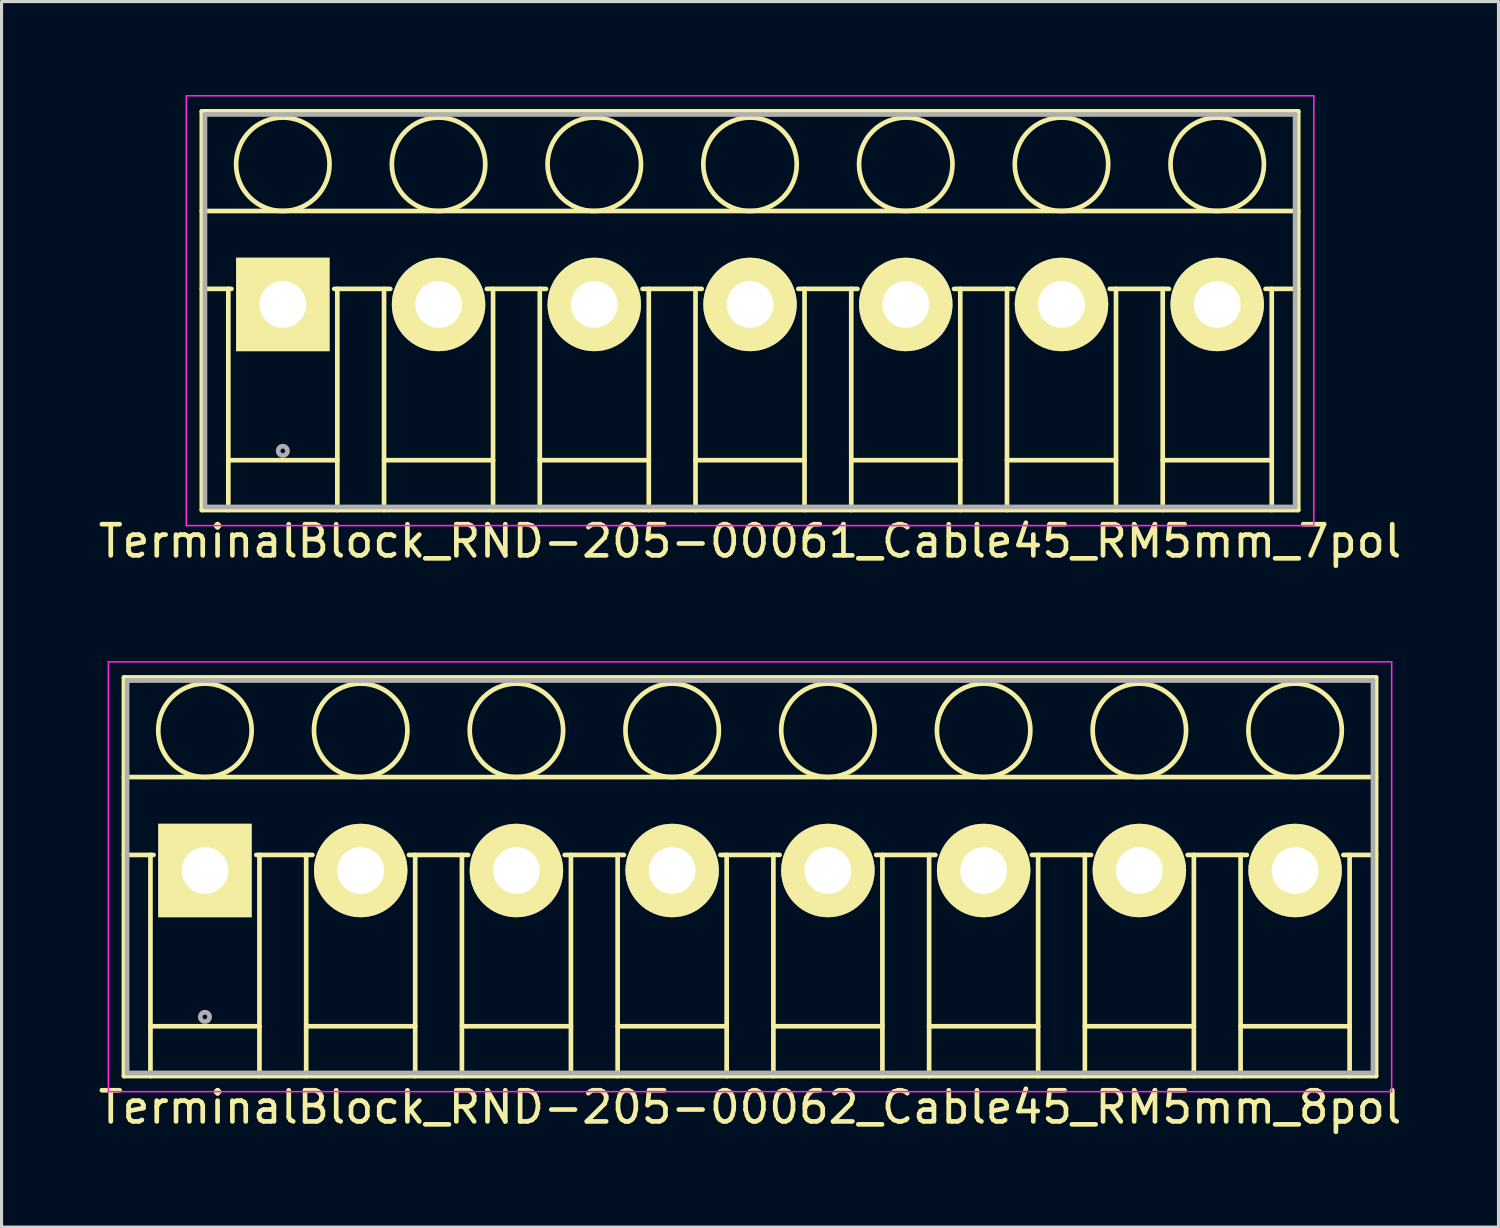
<source format=kicad_pcb>
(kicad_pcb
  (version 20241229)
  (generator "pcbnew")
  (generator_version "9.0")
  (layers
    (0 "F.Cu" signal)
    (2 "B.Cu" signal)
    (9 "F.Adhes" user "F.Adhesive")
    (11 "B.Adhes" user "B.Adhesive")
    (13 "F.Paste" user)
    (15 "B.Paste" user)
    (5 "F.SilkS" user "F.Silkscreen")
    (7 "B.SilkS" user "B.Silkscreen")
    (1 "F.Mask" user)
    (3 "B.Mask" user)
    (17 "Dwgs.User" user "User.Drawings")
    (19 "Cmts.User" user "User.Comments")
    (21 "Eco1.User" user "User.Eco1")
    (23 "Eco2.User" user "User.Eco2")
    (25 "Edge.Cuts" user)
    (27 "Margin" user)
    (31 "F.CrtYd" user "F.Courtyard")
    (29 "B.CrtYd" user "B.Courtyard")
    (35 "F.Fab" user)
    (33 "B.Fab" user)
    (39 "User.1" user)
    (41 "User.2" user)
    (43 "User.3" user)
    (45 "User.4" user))
  (footprint "TerminalBlock_RND-205-00062_Cable45_RM5mm_8pol"
    (layer "F.Cu")
    (at 3.53 24.898)
    (property "Reference" "TerminalBlock_RND-205-00062_Cable45_RM5mm_8pol" (at 17.5 7.6 0) (layer "F.SilkS") (effects (font (size 1 1) (thickness 0.15))))
    (attr through_hole)
    (fp_line (start -2.6 -6.2) (end 37.6 -6.2) (stroke (width 0.15) (type solid)) (layer "F.SilkS"))
    (fp_line (start -2.6 -3) (end 37.6 -3) (stroke (width 0.15) (type solid)) (layer "F.SilkS"))
    (fp_line (start -2.6 -0.5) (end -1.65 -0.5) (stroke (width 0.15) (type solid)) (layer "F.SilkS"))
    (fp_line (start -2.6 6.6) (end -2.6 -6.2) (stroke (width 0.15) (type solid)) (layer "F.SilkS"))
    (fp_line (start -1.75 -0.5) (end -1.75 6.6) (stroke (width 0.15) (type solid)) (layer "F.SilkS"))
    (fp_line (start -1.75 5) (end 1.75 5) (stroke (width 0.15) (type solid)) (layer "F.SilkS"))
    (fp_line (start 1.65 -0.5) (end 3.45 -0.5) (stroke (width 0.15) (type solid)) (layer "F.SilkS"))
    (fp_line (start 1.75 6.6) (end 1.75 -0.5) (stroke (width 0.15) (type solid)) (layer "F.SilkS"))
    (fp_line (start 3.25 -0.5) (end 3.25 6.6) (stroke (width 0.15) (type solid)) (layer "F.SilkS"))
    (fp_line (start 3.25 5) (end 6.75 5) (stroke (width 0.15) (type solid)) (layer "F.SilkS"))
    (fp_line (start 6.55 -0.5) (end 8.45 -0.5) (stroke (width 0.15) (type solid)) (layer "F.SilkS"))
    (fp_line (start 6.75 6.6) (end 6.75 -0.5) (stroke (width 0.15) (type solid)) (layer "F.SilkS"))
    (fp_line (start 8.25 -0.5) (end 8.25 6.6) (stroke (width 0.15) (type solid)) (layer "F.SilkS"))
    (fp_line (start 8.25 5) (end 11.75 5) (stroke (width 0.15) (type solid)) (layer "F.SilkS"))
    (fp_line (start 11.55 -0.5) (end 13.45 -0.5) (stroke (width 0.15) (type solid)) (layer "F.SilkS"))
    (fp_line (start 11.75 6.6) (end 11.75 -0.5) (stroke (width 0.15) (type solid)) (layer "F.SilkS"))
    (fp_line (start 13.25 -0.5) (end 13.25 6.6) (stroke (width 0.15) (type solid)) (layer "F.SilkS"))
    (fp_line (start 13.25 5) (end 16.75 5) (stroke (width 0.15) (type solid)) (layer "F.SilkS"))
    (fp_line (start 16.55 -0.5) (end 18.45 -0.5) (stroke (width 0.15) (type solid)) (layer "F.SilkS"))
    (fp_line (start 16.75 6.6) (end 16.75 -0.5) (stroke (width 0.15) (type solid)) (layer "F.SilkS"))
    (fp_line (start 18.25 -0.5) (end 18.25 6.6) (stroke (width 0.15) (type solid)) (layer "F.SilkS"))
    (fp_line (start 18.25 5) (end 21.75 5) (stroke (width 0.15) (type solid)) (layer "F.SilkS"))
    (fp_line (start 21.55 -0.5) (end 23.45 -0.5) (stroke (width 0.15) (type solid)) (layer "F.SilkS"))
    (fp_line (start 21.75 6.6) (end 21.75 -0.5) (stroke (width 0.15) (type solid)) (layer "F.SilkS"))
    (fp_line (start 23.25 -0.5) (end 23.25 6.6) (stroke (width 0.15) (type solid)) (layer "F.SilkS"))
    (fp_line (start 23.25 5) (end 26.75 5) (stroke (width 0.15) (type solid)) (layer "F.SilkS"))
    (fp_line (start 26.55 -0.5) (end 28.45 -0.5) (stroke (width 0.15) (type solid)) (layer "F.SilkS"))
    (fp_line (start 26.75 6.6) (end 26.75 -0.5) (stroke (width 0.15) (type solid)) (layer "F.SilkS"))
    (fp_line (start 28.25 -0.5) (end 28.25 6.6) (stroke (width 0.15) (type solid)) (layer "F.SilkS"))
    (fp_line (start 28.25 5) (end 31.75 5) (stroke (width 0.15) (type solid)) (layer "F.SilkS"))
    (fp_line (start 31.55 -0.5) (end 33.45 -0.5) (stroke (width 0.15) (type solid)) (layer "F.SilkS"))
    (fp_line (start 31.75 6.6) (end 31.75 -0.5) (stroke (width 0.15) (type solid)) (layer "F.SilkS"))
    (fp_line (start 33.25 -0.5) (end 33.25 6.6) (stroke (width 0.15) (type solid)) (layer "F.SilkS"))
    (fp_line (start 33.25 5) (end 36.75 5) (stroke (width 0.15) (type solid)) (layer "F.SilkS"))
    (fp_line (start 36.55 -0.5) (end 37.6 -0.5) (stroke (width 0.15) (type solid)) (layer "F.SilkS"))
    (fp_line (start 36.75 6.6) (end 36.75 -0.5) (stroke (width 0.15) (type solid)) (layer "F.SilkS"))
    (fp_line (start 37.6 -6.2) (end 37.6 6.6) (stroke (width 0.15) (type solid)) (layer "F.SilkS"))
    (fp_line (start 37.6 6.6) (end -2.6 6.6) (stroke (width 0.15) (type solid)) (layer "F.SilkS"))
    (fp_circle (center 0 -4.5) (end -1.5 -4.5) (stroke (width 0.15) (type solid)) (fill no) (layer "F.SilkS"))
    (fp_circle (center 5 -4.5) (end 3.5 -4.5) (stroke (width 0.15) (type solid)) (fill no) (layer "F.SilkS"))
    (fp_circle (center 10 -4.5) (end 8.5 -4.5) (stroke (width 0.15) (type solid)) (fill no) (layer "F.SilkS"))
    (fp_circle (center 15 -4.5) (end 13.5 -4.5) (stroke (width 0.15) (type solid)) (fill no) (layer "F.SilkS"))
    (fp_circle (center 20 -4.5) (end 18.5 -4.5) (stroke (width 0.15) (type solid)) (fill no) (layer "F.SilkS"))
    (fp_circle (center 25 -4.5) (end 23.5 -4.5) (stroke (width 0.15) (type solid)) (fill no) (layer "F.SilkS"))
    (fp_circle (center 30 -4.5) (end 28.5 -4.5) (stroke (width 0.15) (type solid)) (fill no) (layer "F.SilkS"))
    (fp_circle (center 35 -4.5) (end 33.5 -4.5) (stroke (width 0.15) (type solid)) (fill no) (layer "F.SilkS"))
    (fp_line (start -3.1 -6.7) (end 38.1 -6.7) (stroke (width 0.05) (type solid)) (layer "F.CrtYd"))
    (fp_line (start -3.1 7.1) (end -3.1 -6.7) (stroke (width 0.05) (type solid)) (layer "F.CrtYd"))
    (fp_line (start 38.1 -6.7) (end 38.1 7.1) (stroke (width 0.05) (type solid)) (layer "F.CrtYd"))
    (fp_line (start 38.1 7.1) (end -3.1 7.1) (stroke (width 0.05) (type solid)) (layer "F.CrtYd"))
    (fp_line (start -2.5 -6.1) (end 37.5 -6.1) (stroke (width 0.15) (type solid)) (layer "F.Fab"))
    (fp_line (start -2.5 6.5) (end -2.5 -6.1) (stroke (width 0.15) (type solid)) (layer "F.Fab"))
    (fp_line (start 37.5 -6.1) (end 37.5 6.5) (stroke (width 0.15) (type solid)) (layer "F.Fab"))
    (fp_line (start 37.5 6.5) (end -2.5 6.5) (stroke (width 0.15) (type solid)) (layer "F.Fab"))
    (fp_circle (center 0 4.7) (end -0.15 4.7) (stroke (width 0.15) (type solid)) (fill no) (layer "F.Fab"))
    (pad "1" thru_hole rect (at 0 0) (size 3 3) (drill 1.5) (layers "*.Cu" "*.Mask" "F.SilkS"))
    (pad "2" thru_hole circle (at 5 0) (size 3 3) (drill 1.5) (layers "*.Cu" "*.Mask" "F.SilkS"))
    (pad "3" thru_hole circle (at 10 0) (size 3 3) (drill 1.5) (layers "*.Cu" "*.Mask" "F.SilkS"))
    (pad "4" thru_hole circle (at 15 0) (size 3 3) (drill 1.5) (layers "*.Cu" "*.Mask" "F.SilkS"))
    (pad "5" thru_hole circle (at 20 0) (size 3 3) (drill 1.5) (layers "*.Cu" "*.Mask" "F.SilkS"))
    (pad "6" thru_hole circle (at 25 0) (size 3 3) (drill 1.5) (layers "*.Cu" "*.Mask" "F.SilkS"))
    (pad "7" thru_hole circle (at 30 0) (size 3 3) (drill 1.5) (layers "*.Cu" "*.Mask" "F.SilkS"))
    (pad "8" thru_hole circle (at 35 0) (size 3 3) (drill 1.5) (layers "*.Cu" "*.Mask" "F.SilkS")))
  (footprint "TerminalBlock_RND-205-00061_Cable45_RM5mm_7pol"
    (layer "F.Cu")
    (at 6.03 6.725)
    (property "Reference" "TerminalBlock_RND-205-00061_Cable45_RM5mm_7pol" (at 15 7.6 0) (layer "F.SilkS") (effects (font (size 1 1) (thickness 0.15))))
    (attr through_hole)
    (fp_line (start -2.6 -6.2) (end 32.6 -6.2) (stroke (width 0.15) (type solid)) (layer "F.SilkS"))
    (fp_line (start -2.6 -3) (end 32.6 -3) (stroke (width 0.15) (type solid)) (layer "F.SilkS"))
    (fp_line (start -2.6 -0.5) (end -1.65 -0.5) (stroke (width 0.15) (type solid)) (layer "F.SilkS"))
    (fp_line (start -2.6 6.6) (end -2.6 -6.2) (stroke (width 0.15) (type solid)) (layer "F.SilkS"))
    (fp_line (start -1.75 -0.5) (end -1.75 6.6) (stroke (width 0.15) (type solid)) (layer "F.SilkS"))
    (fp_line (start -1.75 5) (end 1.75 5) (stroke (width 0.15) (type solid)) (layer "F.SilkS"))
    (fp_line (start 1.65 -0.5) (end 3.45 -0.5) (stroke (width 0.15) (type solid)) (layer "F.SilkS"))
    (fp_line (start 1.75 6.6) (end 1.75 -0.5) (stroke (width 0.15) (type solid)) (layer "F.SilkS"))
    (fp_line (start 3.25 -0.5) (end 3.25 6.6) (stroke (width 0.15) (type solid)) (layer "F.SilkS"))
    (fp_line (start 3.25 5) (end 6.75 5) (stroke (width 0.15) (type solid)) (layer "F.SilkS"))
    (fp_line (start 6.55 -0.5) (end 8.45 -0.5) (stroke (width 0.15) (type solid)) (layer "F.SilkS"))
    (fp_line (start 6.75 6.6) (end 6.75 -0.5) (stroke (width 0.15) (type solid)) (layer "F.SilkS"))
    (fp_line (start 8.25 -0.5) (end 8.25 6.6) (stroke (width 0.15) (type solid)) (layer "F.SilkS"))
    (fp_line (start 8.25 5) (end 11.75 5) (stroke (width 0.15) (type solid)) (layer "F.SilkS"))
    (fp_line (start 11.55 -0.5) (end 13.45 -0.5) (stroke (width 0.15) (type solid)) (layer "F.SilkS"))
    (fp_line (start 11.75 6.6) (end 11.75 -0.5) (stroke (width 0.15) (type solid)) (layer "F.SilkS"))
    (fp_line (start 13.25 -0.5) (end 13.25 6.6) (stroke (width 0.15) (type solid)) (layer "F.SilkS"))
    (fp_line (start 13.25 5) (end 16.75 5) (stroke (width 0.15) (type solid)) (layer "F.SilkS"))
    (fp_line (start 16.55 -0.5) (end 18.45 -0.5) (stroke (width 0.15) (type solid)) (layer "F.SilkS"))
    (fp_line (start 16.75 6.6) (end 16.75 -0.5) (stroke (width 0.15) (type solid)) (layer "F.SilkS"))
    (fp_line (start 18.25 -0.5) (end 18.25 6.6) (stroke (width 0.15) (type solid)) (layer "F.SilkS"))
    (fp_line (start 18.25 5) (end 21.75 5) (stroke (width 0.15) (type solid)) (layer "F.SilkS"))
    (fp_line (start 21.55 -0.5) (end 23.45 -0.5) (stroke (width 0.15) (type solid)) (layer "F.SilkS"))
    (fp_line (start 21.75 6.6) (end 21.75 -0.5) (stroke (width 0.15) (type solid)) (layer "F.SilkS"))
    (fp_line (start 23.25 -0.5) (end 23.25 6.6) (stroke (width 0.15) (type solid)) (layer "F.SilkS"))
    (fp_line (start 23.25 5) (end 26.75 5) (stroke (width 0.15) (type solid)) (layer "F.SilkS"))
    (fp_line (start 26.55 -0.5) (end 28.45 -0.5) (stroke (width 0.15) (type solid)) (layer "F.SilkS"))
    (fp_line (start 26.75 6.6) (end 26.75 -0.5) (stroke (width 0.15) (type solid)) (layer "F.SilkS"))
    (fp_line (start 28.25 -0.5) (end 28.25 6.6) (stroke (width 0.15) (type solid)) (layer "F.SilkS"))
    (fp_line (start 28.25 5) (end 31.75 5) (stroke (width 0.15) (type solid)) (layer "F.SilkS"))
    (fp_line (start 31.55 -0.5) (end 32.6 -0.5) (stroke (width 0.15) (type solid)) (layer "F.SilkS"))
    (fp_line (start 31.75 6.6) (end 31.75 -0.5) (stroke (width 0.15) (type solid)) (layer "F.SilkS"))
    (fp_line (start 32.6 -6.2) (end 32.6 6.6) (stroke (width 0.15) (type solid)) (layer "F.SilkS"))
    (fp_line (start 32.6 6.6) (end -2.6 6.6) (stroke (width 0.15) (type solid)) (layer "F.SilkS"))
    (fp_circle (center 0 -4.5) (end -1.5 -4.5) (stroke (width 0.15) (type solid)) (fill no) (layer "F.SilkS"))
    (fp_circle (center 5 -4.5) (end 3.5 -4.5) (stroke (width 0.15) (type solid)) (fill no) (layer "F.SilkS"))
    (fp_circle (center 10 -4.5) (end 8.5 -4.5) (stroke (width 0.15) (type solid)) (fill no) (layer "F.SilkS"))
    (fp_circle (center 15 -4.5) (end 13.5 -4.5) (stroke (width 0.15) (type solid)) (fill no) (layer "F.SilkS"))
    (fp_circle (center 20 -4.5) (end 18.5 -4.5) (stroke (width 0.15) (type solid)) (fill no) (layer "F.SilkS"))
    (fp_circle (center 25 -4.5) (end 23.5 -4.5) (stroke (width 0.15) (type solid)) (fill no) (layer "F.SilkS"))
    (fp_circle (center 30 -4.5) (end 28.5 -4.5) (stroke (width 0.15) (type solid)) (fill no) (layer "F.SilkS"))
    (fp_line (start -3.1 -6.7) (end 33.1 -6.7) (stroke (width 0.05) (type solid)) (layer "F.CrtYd"))
    (fp_line (start -3.1 7.1) (end -3.1 -6.7) (stroke (width 0.05) (type solid)) (layer "F.CrtYd"))
    (fp_line (start 33.1 -6.7) (end 33.1 7.1) (stroke (width 0.05) (type solid)) (layer "F.CrtYd"))
    (fp_line (start 33.1 7.1) (end -3.1 7.1) (stroke (width 0.05) (type solid)) (layer "F.CrtYd"))
    (fp_line (start -2.5 -6.1) (end 32.5 -6.1) (stroke (width 0.15) (type solid)) (layer "F.Fab"))
    (fp_line (start -2.5 6.5) (end -2.5 -6.1) (stroke (width 0.15) (type solid)) (layer "F.Fab"))
    (fp_line (start 32.5 -6.1) (end 32.5 6.5) (stroke (width 0.15) (type solid)) (layer "F.Fab"))
    (fp_line (start 32.5 6.5) (end -2.5 6.5) (stroke (width 0.15) (type solid)) (layer "F.Fab"))
    (fp_circle (center 0 4.7) (end -0.15 4.7) (stroke (width 0.15) (type solid)) (fill no) (layer "F.Fab"))
    (pad "1" thru_hole rect (at 0 0) (size 3 3) (drill 1.5) (layers "*.Cu" "*.Mask" "F.SilkS"))
    (pad "2" thru_hole circle (at 5 0) (size 3 3) (drill 1.5) (layers "*.Cu" "*.Mask" "F.SilkS"))
    (pad "3" thru_hole circle (at 10 0) (size 3 3) (drill 1.5) (layers "*.Cu" "*.Mask" "F.SilkS"))
    (pad "4" thru_hole circle (at 15 0) (size 3 3) (drill 1.5) (layers "*.Cu" "*.Mask" "F.SilkS"))
    (pad "5" thru_hole circle (at 20 0) (size 3 3) (drill 1.5) (layers "*.Cu" "*.Mask" "F.SilkS"))
    (pad "6" thru_hole circle (at 25 0) (size 3 3) (drill 1.5) (layers "*.Cu" "*.Mask" "F.SilkS"))
    (pad "7" thru_hole circle (at 30 0) (size 3 3) (drill 1.5) (layers "*.Cu" "*.Mask" "F.SilkS")))
  (gr_rect
    (start -3 -3)
    (end 45.06 36.346)
    (stroke (width 0.1) (type default))
    (fill no)
    (layer "Edge.Cuts")))
</source>
